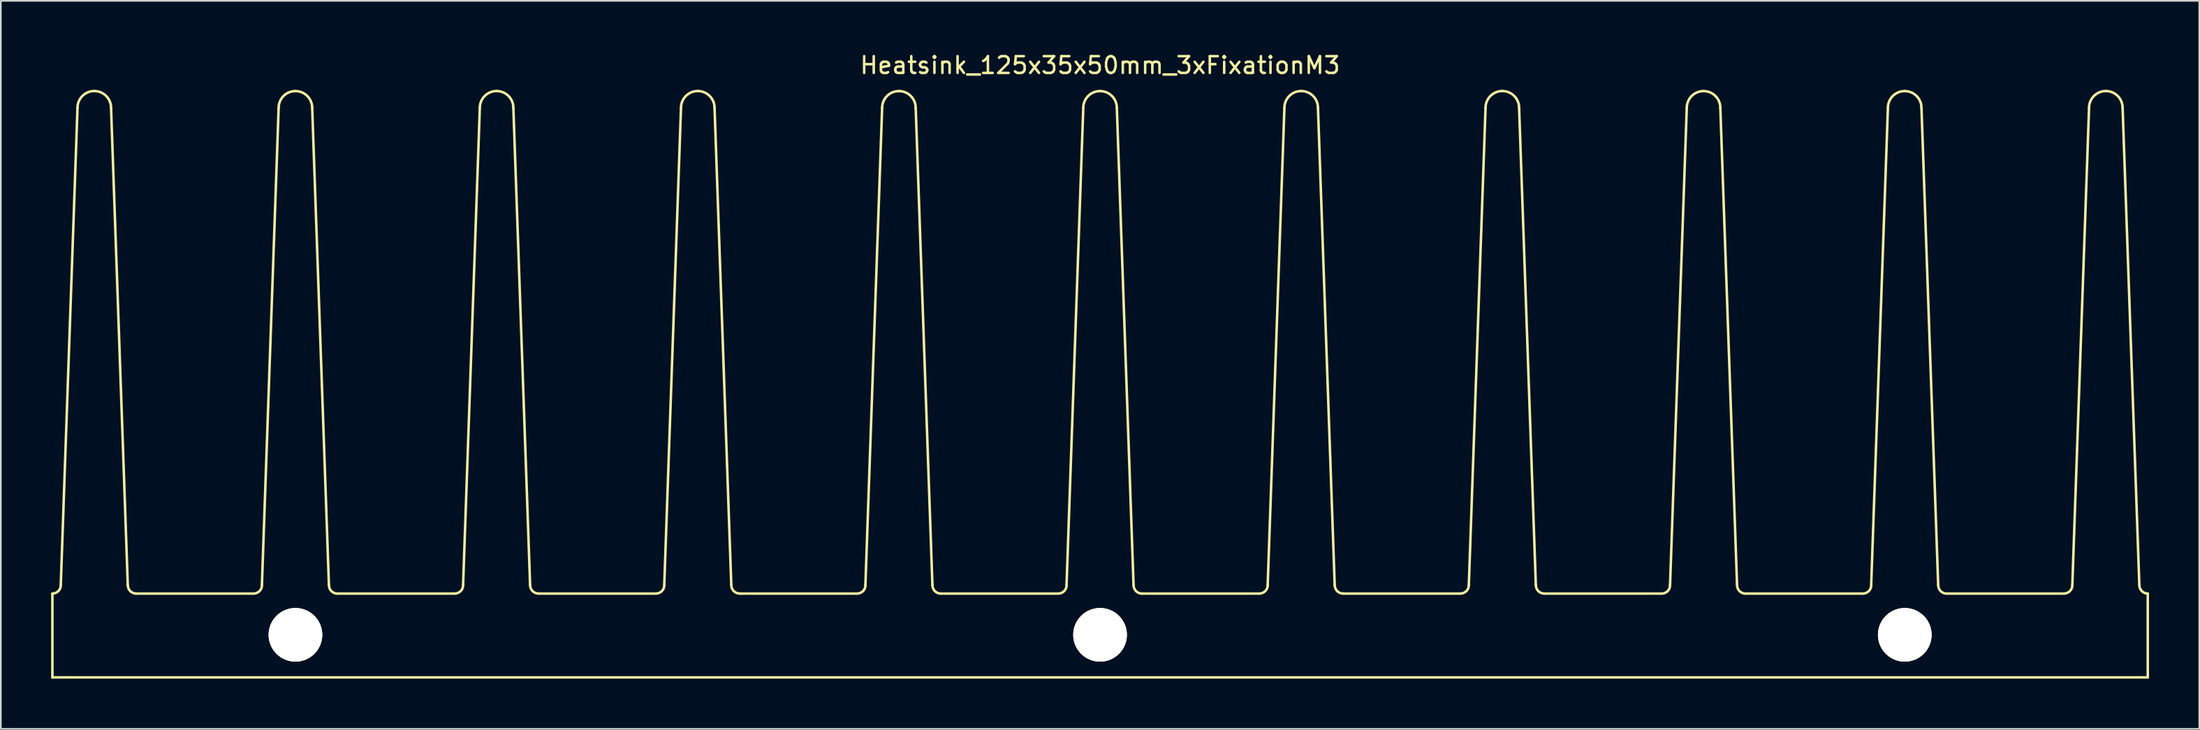
<source format=kicad_pcb>
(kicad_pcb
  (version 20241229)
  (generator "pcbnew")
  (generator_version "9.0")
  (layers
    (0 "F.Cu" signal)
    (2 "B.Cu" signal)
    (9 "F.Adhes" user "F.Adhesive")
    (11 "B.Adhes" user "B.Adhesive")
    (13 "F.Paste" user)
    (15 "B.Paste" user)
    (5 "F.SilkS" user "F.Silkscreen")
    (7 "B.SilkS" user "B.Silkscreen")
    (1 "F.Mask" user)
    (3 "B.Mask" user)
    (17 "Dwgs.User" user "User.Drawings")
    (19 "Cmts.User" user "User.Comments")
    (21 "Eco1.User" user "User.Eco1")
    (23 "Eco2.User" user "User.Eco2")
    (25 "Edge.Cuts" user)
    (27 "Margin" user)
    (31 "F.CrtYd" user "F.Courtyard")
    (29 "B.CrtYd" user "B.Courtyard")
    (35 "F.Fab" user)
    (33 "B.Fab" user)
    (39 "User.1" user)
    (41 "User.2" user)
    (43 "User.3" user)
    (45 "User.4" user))
  (footprint "Heatsink_125x35x50mm_3xFixationM3"
    (layer "F.Cu")
    (at 62.574 34.848)
    (property "Reference" "Heatsink_125x35x50mm_3xFixationM3" (at 0 -34 0) (layer "F.SilkS") (effects (font (size 1 1) (thickness 0.15))))
    (attr through_hole)
    (fp_line (start -62.499 2.54) (end -62.499 -2.461) (stroke (width 0.15) (type solid)) (layer "F.SilkS"))
    (fp_line (start -62.499 2.54) (end 62.502 2.54) (stroke (width 0.15) (type solid)) (layer "F.SilkS"))
    (fp_line (start -61.001 -31.463) (end -61.999 -2.962) (stroke (width 0.15) (type solid)) (layer "F.SilkS"))
    (fp_line (start -58.001 -2.962) (end -58.999 -31.463) (stroke (width 0.15) (type solid)) (layer "F.SilkS"))
    (fp_line (start -50.5 -2.461) (end -57.501 -2.461) (stroke (width 0.15) (type solid)) (layer "F.SilkS"))
    (fp_line (start -49.002 -31.46) (end -50 -2.959) (stroke (width 0.15) (type solid)) (layer "F.SilkS"))
    (fp_line (start -46.002 -2.959) (end -47 -31.46) (stroke (width 0.15) (type solid)) (layer "F.SilkS"))
    (fp_line (start -38.499 -2.461) (end -45.499 -2.461) (stroke (width 0.15) (type solid)) (layer "F.SilkS"))
    (fp_line (start -37 -31.463) (end -37.998 -2.962) (stroke (width 0.15) (type solid)) (layer "F.SilkS"))
    (fp_line (start -34 -2.962) (end -34.999 -31.463) (stroke (width 0.15) (type solid)) (layer "F.SilkS"))
    (fp_line (start -26.5 -2.461) (end -33.5 -2.461) (stroke (width 0.15) (type solid)) (layer "F.SilkS"))
    (fp_line (start -24.999 -31.463) (end -25.997 -2.962) (stroke (width 0.15) (type solid)) (layer "F.SilkS"))
    (fp_line (start -21.999 -2.962) (end -22.997 -31.463) (stroke (width 0.15) (type solid)) (layer "F.SilkS"))
    (fp_line (start -14.501 -2.461) (end -21.501 -2.461) (stroke (width 0.15) (type solid)) (layer "F.SilkS"))
    (fp_line (start -13 -31.46) (end -13.998 -2.959) (stroke (width 0.15) (type solid)) (layer "F.SilkS"))
    (fp_line (start -10 -2.959) (end -10.998 -31.46) (stroke (width 0.15) (type solid)) (layer "F.SilkS"))
    (fp_line (start -2.499 -2.461) (end -9.5 -2.461) (stroke (width 0.15) (type solid)) (layer "F.SilkS"))
    (fp_line (start -1.001 -31.46) (end -1.999 -2.959) (stroke (width 0.15) (type solid)) (layer "F.SilkS"))
    (fp_line (start 1.999 -2.959) (end 1.001 -31.46) (stroke (width 0.15) (type solid)) (layer "F.SilkS"))
    (fp_line (start 9.5 -2.461) (end 2.499 -2.461) (stroke (width 0.15) (type solid)) (layer "F.SilkS"))
    (fp_line (start 10.998 -31.463) (end 10 -2.962) (stroke (width 0.15) (type solid)) (layer "F.SilkS"))
    (fp_line (start 13.998 -2.962) (end 13 -31.463) (stroke (width 0.15) (type solid)) (layer "F.SilkS"))
    (fp_line (start 21.501 -2.461) (end 14.501 -2.461) (stroke (width 0.15) (type solid)) (layer "F.SilkS"))
    (fp_line (start 22.997 -31.463) (end 21.999 -2.962) (stroke (width 0.15) (type solid)) (layer "F.SilkS"))
    (fp_line (start 25.997 -2.962) (end 24.999 -31.463) (stroke (width 0.15) (type solid)) (layer "F.SilkS"))
    (fp_line (start 33.5 -2.461) (end 26.5 -2.461) (stroke (width 0.15) (type solid)) (layer "F.SilkS"))
    (fp_line (start 35.001 -31.46) (end 34.003 -2.959) (stroke (width 0.15) (type solid)) (layer "F.SilkS"))
    (fp_line (start 38.001 -2.959) (end 37.003 -31.46) (stroke (width 0.15) (type solid)) (layer "F.SilkS"))
    (fp_line (start 45.499 -2.461) (end 38.499 -2.461) (stroke (width 0.15) (type solid)) (layer "F.SilkS"))
    (fp_line (start 47 -31.46) (end 46.002 -2.959) (stroke (width 0.15) (type solid)) (layer "F.SilkS"))
    (fp_line (start 50 -2.959) (end 49.002 -31.46) (stroke (width 0.15) (type solid)) (layer "F.SilkS"))
    (fp_line (start 57.501 -2.461) (end 50.5 -2.461) (stroke (width 0.15) (type solid)) (layer "F.SilkS"))
    (fp_line (start 58.999 -31.463) (end 58.001 -2.962) (stroke (width 0.15) (type solid)) (layer "F.SilkS"))
    (fp_line (start 61.999 -2.962) (end 61.001 -31.463) (stroke (width 0.15) (type solid)) (layer "F.SilkS"))
    (fp_line (start 62.502 2.54) (end 62.502 -2.461) (stroke (width 0.15) (type solid)) (layer "F.SilkS"))
    (fp_arc (start -61.99632 -2.96418) (mid -62.142878 -2.610358) (end -62.4967 -2.4638) (stroke (width 0.15) (type solid)) (layer "F.SilkS"))
    (fp_arc (start -61.00064 -31.46298) (mid -60.707524 -32.170624) (end -59.99988 -32.46374) (stroke (width 0.15) (type solid)) (layer "F.SilkS"))
    (fp_arc (start -59.99988 -32.46374) (mid -59.292236 -32.170624) (end -58.99912 -31.46298) (stroke (width 0.15) (type solid)) (layer "F.SilkS"))
    (fp_arc (start -57.50052 -2.4638) (mid -57.852546 -2.609614) (end -57.99836 -2.96164) (stroke (width 0.15) (type solid)) (layer "F.SilkS"))
    (fp_arc (start -49.99736 -2.96164) (mid -50.143918 -2.607818) (end -50.49774 -2.46126) (stroke (width 0.15) (type solid)) (layer "F.SilkS"))
    (fp_arc (start -49.00168 -31.46044) (mid -48.708564 -32.168084) (end -48.00092 -32.4612) (stroke (width 0.15) (type solid)) (layer "F.SilkS"))
    (fp_arc (start -48.00092 -32.4612) (mid -47.293276 -32.168084) (end -47.00016 -31.46044) (stroke (width 0.15) (type solid)) (layer "F.SilkS"))
    (fp_arc (start -45.50156 -2.46126) (mid -45.853586 -2.607074) (end -45.9994 -2.9591) (stroke (width 0.15) (type solid)) (layer "F.SilkS"))
    (fp_arc (start -37.99586 -2.96418) (mid -38.142418 -2.610358) (end -38.49624 -2.4638) (stroke (width 0.15) (type solid)) (layer "F.SilkS"))
    (fp_arc (start -37.00018 -31.46298) (mid -36.707064 -32.170624) (end -35.99942 -32.46374) (stroke (width 0.15) (type solid)) (layer "F.SilkS"))
    (fp_arc (start -35.99942 -32.46374) (mid -35.291776 -32.170624) (end -34.99866 -31.46298) (stroke (width 0.15) (type solid)) (layer "F.SilkS"))
    (fp_arc (start -33.50006 -2.4638) (mid -33.852086 -2.609614) (end -33.9979 -2.96164) (stroke (width 0.15) (type solid)) (layer "F.SilkS"))
    (fp_arc (start -25.99436 -2.96418) (mid -26.140918 -2.610358) (end -26.49474 -2.4638) (stroke (width 0.15) (type solid)) (layer "F.SilkS"))
    (fp_arc (start -24.99868 -31.46298) (mid -24.705564 -32.170624) (end -23.99792 -32.46374) (stroke (width 0.15) (type solid)) (layer "F.SilkS"))
    (fp_arc (start -23.99792 -32.46374) (mid -23.290276 -32.170624) (end -22.99716 -31.46298) (stroke (width 0.15) (type solid)) (layer "F.SilkS"))
    (fp_arc (start -21.49856 -2.4638) (mid -21.850586 -2.609614) (end -21.9964 -2.96164) (stroke (width 0.15) (type solid)) (layer "F.SilkS"))
    (fp_arc (start -13.9954 -2.96164) (mid -14.141958 -2.607818) (end -14.49578 -2.46126) (stroke (width 0.15) (type solid)) (layer "F.SilkS"))
    (fp_arc (start -12.99972 -31.46044) (mid -12.706604 -32.168084) (end -11.99896 -32.4612) (stroke (width 0.15) (type solid)) (layer "F.SilkS"))
    (fp_arc (start -11.99896 -32.4612) (mid -11.291316 -32.168084) (end -10.9982 -31.46044) (stroke (width 0.15) (type solid)) (layer "F.SilkS"))
    (fp_arc (start -9.4996 -2.46126) (mid -9.851626 -2.607074) (end -9.99744 -2.9591) (stroke (width 0.15) (type solid)) (layer "F.SilkS"))
    (fp_arc (start -1.99644 -2.96164) (mid -2.142998 -2.607818) (end -2.49682 -2.46126) (stroke (width 0.15) (type solid)) (layer "F.SilkS"))
    (fp_arc (start -1.00076 -31.46044) (mid -0.707644 -32.168084) (end 0 -32.4612) (stroke (width 0.15) (type solid)) (layer "F.SilkS"))
    (fp_arc (start 0 -32.4612) (mid 0.707644 -32.168084) (end 1.00076 -31.46044) (stroke (width 0.15) (type solid)) (layer "F.SilkS"))
    (fp_arc (start 2.49936 -2.46126) (mid 2.147334 -2.607074) (end 2.00152 -2.9591) (stroke (width 0.15) (type solid)) (layer "F.SilkS"))
    (fp_arc (start 10.00252 -2.96418) (mid 9.855962 -2.610358) (end 9.50214 -2.4638) (stroke (width 0.15) (type solid)) (layer "F.SilkS"))
    (fp_arc (start 10.9982 -31.46298) (mid 11.291316 -32.170624) (end 11.99896 -32.46374) (stroke (width 0.15) (type solid)) (layer "F.SilkS"))
    (fp_arc (start 11.99896 -32.46374) (mid 12.706604 -32.170624) (end 12.99972 -31.46298) (stroke (width 0.15) (type solid)) (layer "F.SilkS"))
    (fp_arc (start 14.49832 -2.4638) (mid 14.146294 -2.609614) (end 14.00048 -2.96164) (stroke (width 0.15) (type solid)) (layer "F.SilkS"))
    (fp_arc (start 22.00148 -2.96418) (mid 21.854922 -2.610358) (end 21.5011 -2.4638) (stroke (width 0.15) (type solid)) (layer "F.SilkS"))
    (fp_arc (start 22.99716 -31.46298) (mid 23.290276 -32.170624) (end 23.99792 -32.46374) (stroke (width 0.15) (type solid)) (layer "F.SilkS"))
    (fp_arc (start 23.99792 -32.46374) (mid 24.705564 -32.170624) (end 24.99868 -31.46298) (stroke (width 0.15) (type solid)) (layer "F.SilkS"))
    (fp_arc (start 26.49728 -2.4638) (mid 26.145254 -2.609614) (end 25.99944 -2.96164) (stroke (width 0.15) (type solid)) (layer "F.SilkS"))
    (fp_arc (start 34.00552 -2.96164) (mid 33.858962 -2.607818) (end 33.50514 -2.46126) (stroke (width 0.15) (type solid)) (layer "F.SilkS"))
    (fp_arc (start 35.0012 -31.46044) (mid 35.294316 -32.168084) (end 36.00196 -32.4612) (stroke (width 0.15) (type solid)) (layer "F.SilkS"))
    (fp_arc (start 36.00196 -32.4612) (mid 36.709604 -32.168084) (end 37.00272 -31.46044) (stroke (width 0.15) (type solid)) (layer "F.SilkS"))
    (fp_arc (start 38.50132 -2.46126) (mid 38.149294 -2.607074) (end 38.00348 -2.9591) (stroke (width 0.15) (type solid)) (layer "F.SilkS"))
    (fp_arc (start 46.00448 -2.96164) (mid 45.857922 -2.607818) (end 45.5041 -2.46126) (stroke (width 0.15) (type solid)) (layer "F.SilkS"))
    (fp_arc (start 47.00016 -31.46044) (mid 47.293276 -32.168084) (end 48.00092 -32.4612) (stroke (width 0.15) (type solid)) (layer "F.SilkS"))
    (fp_arc (start 48.00092 -32.4612) (mid 48.708564 -32.168084) (end 49.00168 -31.46044) (stroke (width 0.15) (type solid)) (layer "F.SilkS"))
    (fp_arc (start 50.50028 -2.46126) (mid 50.148254 -2.607074) (end 50.00244 -2.9591) (stroke (width 0.15) (type solid)) (layer "F.SilkS"))
    (fp_arc (start 58.00344 -2.96418) (mid 57.856882 -2.610358) (end 57.50306 -2.4638) (stroke (width 0.15) (type solid)) (layer "F.SilkS"))
    (fp_arc (start 58.99912 -31.46298) (mid 59.292236 -32.170624) (end 59.99988 -32.46374) (stroke (width 0.15) (type solid)) (layer "F.SilkS"))
    (fp_arc (start 59.99988 -32.46374) (mid 60.707524 -32.170624) (end 61.00064 -31.46298) (stroke (width 0.15) (type solid)) (layer "F.SilkS"))
    (fp_arc (start 62.49924 -2.4638) (mid 62.147214 -2.609614) (end 62.0014 -2.96164) (stroke (width 0.15) (type solid)) (layer "F.SilkS"))
    (pad "" np_thru_hole circle (at -48 0) (size 3.2 3.2) (drill 3.2) (layers "*.Cu" "*.SilkS" "*.Mask"))
    (pad "" np_thru_hole circle (at 0 0) (size 3.2 3.2) (drill 3.2) (layers "*.Cu" "*.SilkS" "*.Mask"))
    (pad "" np_thru_hole circle (at 48.006 0) (size 3.2 3.2) (drill 3.2) (layers "*.Cu" "*.SilkS" "*.Mask")))
  (gr_rect
    (start -3 -3)
    (end 128.151 40.463)
    (stroke (width 0.1) (type default))
    (fill no)
    (layer "Edge.Cuts")))
</source>
